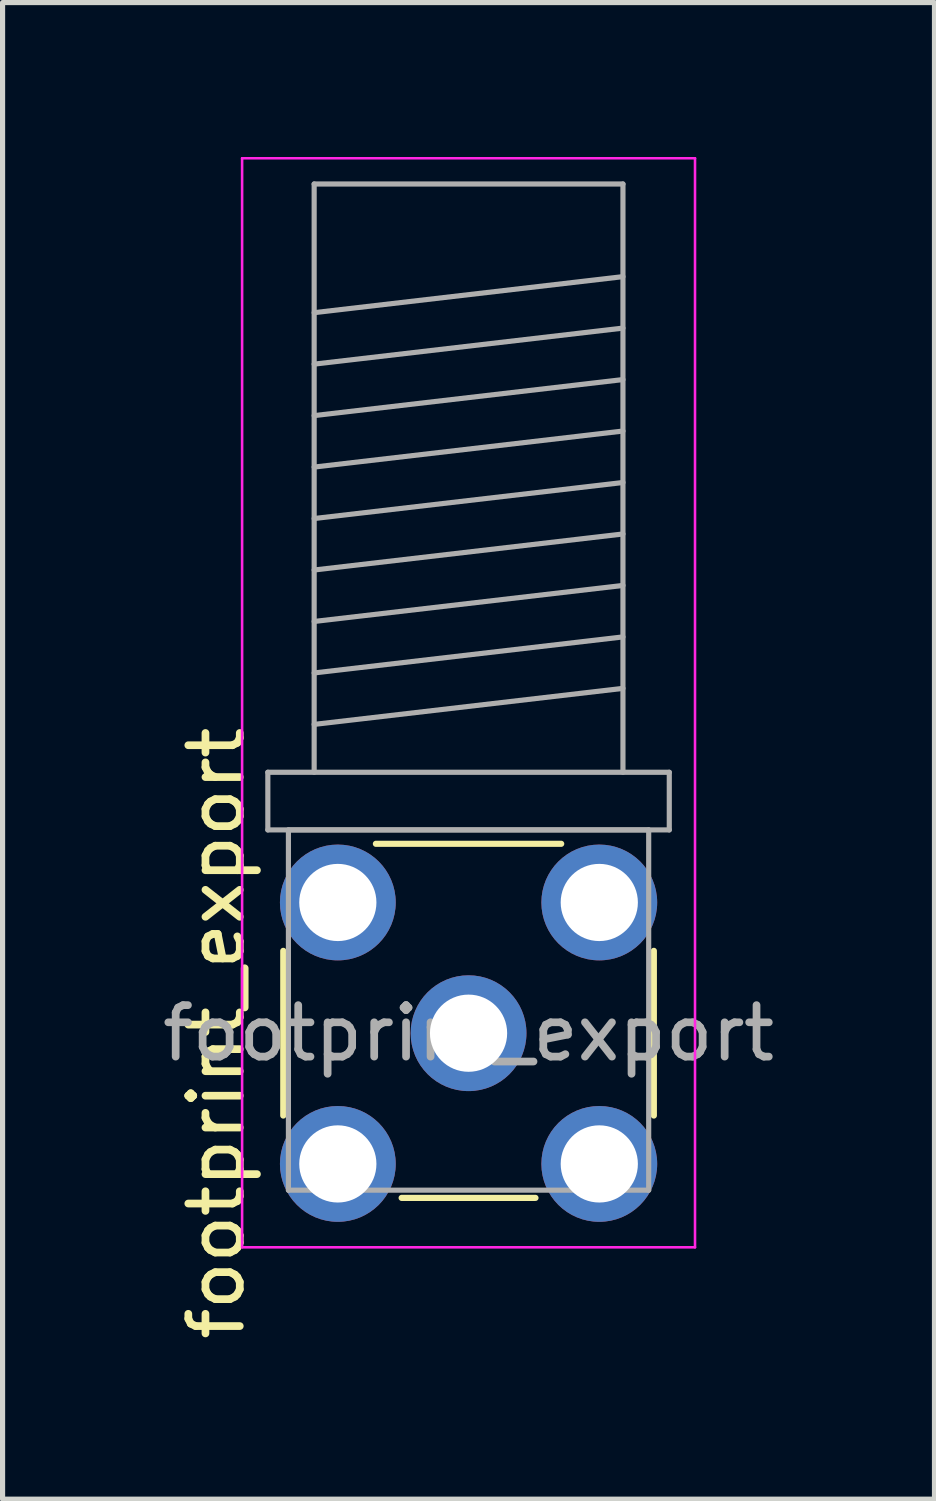
<source format=kicad_pcb>
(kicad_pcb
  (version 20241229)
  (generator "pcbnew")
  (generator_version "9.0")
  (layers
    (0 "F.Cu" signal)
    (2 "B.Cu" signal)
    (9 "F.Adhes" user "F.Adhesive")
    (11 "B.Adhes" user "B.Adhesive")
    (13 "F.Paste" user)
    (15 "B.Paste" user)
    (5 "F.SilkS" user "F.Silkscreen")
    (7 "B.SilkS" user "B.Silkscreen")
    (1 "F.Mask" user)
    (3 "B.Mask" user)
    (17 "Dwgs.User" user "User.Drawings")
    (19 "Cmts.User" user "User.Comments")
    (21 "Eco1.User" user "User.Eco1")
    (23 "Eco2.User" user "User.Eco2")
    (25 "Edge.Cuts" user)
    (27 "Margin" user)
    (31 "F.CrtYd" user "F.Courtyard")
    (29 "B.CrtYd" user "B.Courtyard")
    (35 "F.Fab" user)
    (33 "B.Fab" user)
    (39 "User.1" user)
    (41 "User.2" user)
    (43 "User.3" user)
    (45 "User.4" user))
  (footprint "footprint_export"
    (layer "F.Cu")
    (at 6.054 17.025)
    (property "Reference" "footprint_export" (at -4.9 0 90) (layer "F.SilkS") (effects (font (size 1 1) (thickness 0.15))))
    (attr through_hole)
    (fp_line (start -3.6 -1.6) (end -3.6 1.6) (stroke (width 0.12) (type solid)) (layer "F.SilkS"))
    (fp_line (start -1.8 -3.68) (end 1.8 -3.68) (stroke (width 0.12) (type solid)) (layer "F.SilkS"))
    (fp_line (start -1.3 3.2) (end 1.3 3.2) (stroke (width 0.12) (type solid)) (layer "F.SilkS"))
    (fp_line (start 3.6 -1.6) (end 3.6 1.6) (stroke (width 0.12) (type solid)) (layer "F.SilkS"))
    (fp_line (start -4.4 -17) (end -4.4 4.16) (stroke (width 0.05) (type solid)) (layer "F.CrtYd"))
    (fp_line (start -4.4 -17) (end 4.4 -17) (stroke (width 0.05) (type solid)) (layer "F.CrtYd"))
    (fp_line (start 4.4 4.16) (end -4.4 4.16) (stroke (width 0.05) (type solid)) (layer "F.CrtYd"))
    (fp_line (start 4.4 4.16) (end 4.4 -17) (stroke (width 0.05) (type solid)) (layer "F.CrtYd"))
    (fp_line (start -3.9 -5.07) (end -3.9 -3.95) (stroke (width 0.1) (type solid)) (layer "F.Fab"))
    (fp_line (start -3.9 -3.95) (end 3.9 -3.95) (stroke (width 0.1) (type solid)) (layer "F.Fab"))
    (fp_line (start -3.5 -3.95) (end -3.5 3.05) (stroke (width 0.1) (type solid)) (layer "F.Fab"))
    (fp_line (start -3.5 -3.95) (end 3.5 -3.95) (stroke (width 0.1) (type solid)) (layer "F.Fab"))
    (fp_line (start -3.5 3.05) (end 3.5 3.05) (stroke (width 0.1) (type solid)) (layer "F.Fab"))
    (fp_line (start -3 -16.5) (end -3 -5.07) (stroke (width 0.1) (type solid)) (layer "F.Fab"))
    (fp_line (start -3 -16.5) (end 3 -16.5) (stroke (width 0.1) (type solid)) (layer "F.Fab"))
    (fp_line (start -3 -14) (end 3 -14.7) (stroke (width 0.1) (type solid)) (layer "F.Fab"))
    (fp_line (start -3 -13) (end 3 -13.7) (stroke (width 0.1) (type solid)) (layer "F.Fab"))
    (fp_line (start -3 -12) (end 3 -12.7) (stroke (width 0.1) (type solid)) (layer "F.Fab"))
    (fp_line (start -3 -11) (end 3 -11.7) (stroke (width 0.1) (type solid)) (layer "F.Fab"))
    (fp_line (start -3 -10) (end 3 -10.7) (stroke (width 0.1) (type solid)) (layer "F.Fab"))
    (fp_line (start -3 -9) (end 3 -9.7) (stroke (width 0.1) (type solid)) (layer "F.Fab"))
    (fp_line (start -3 -8) (end 3 -8.7) (stroke (width 0.1) (type solid)) (layer "F.Fab"))
    (fp_line (start -3 -7) (end 3 -7.7) (stroke (width 0.1) (type solid)) (layer "F.Fab"))
    (fp_line (start -3 -6) (end 3 -6.7) (stroke (width 0.1) (type solid)) (layer "F.Fab"))
    (fp_line (start 3 -16.5) (end 3 -5.07) (stroke (width 0.1) (type solid)) (layer "F.Fab"))
    (fp_line (start 3.5 -3.95) (end 3.5 3.05) (stroke (width 0.1) (type solid)) (layer "F.Fab"))
    (fp_line (start 3.9 -5.07) (end -3.9 -5.07) (stroke (width 0.1) (type solid)) (layer "F.Fab"))
    (fp_line (start 3.9 -3.95) (end 3.9 -5.07) (stroke (width 0.1) (type solid)) (layer "F.Fab"))
    (fp_text user "${REFERENCE}" (at 0 0 0) (layer "F.Fab") (effects (font (size 1 1) (thickness 0.15))))
    (pad "1" thru_hole circle (at 0 0) (size 2.25 2.25) (drill 1.5) (layers "*.Cu" "*.Mask"))
    (pad "2" thru_hole circle (at -2.54 -2.54) (size 2.25 2.25) (drill 1.5) (layers "*.Cu" "*.Mask"))
    (pad "2" thru_hole circle (at -2.54 2.54) (size 2.25 2.25) (drill 1.5) (layers "*.Cu" "*.Mask"))
    (pad "2" thru_hole circle (at 2.54 -2.54) (size 2.25 2.25) (drill 1.5) (layers "*.Cu" "*.Mask"))
    (pad "2" thru_hole circle (at 2.54 2.54 90) (size 2.25 2.25) (drill 1.5) (layers "*.Cu" "*.Mask")))
  (gr_rect
    (start -3 -3)
    (end 15.107 26.079)
    (stroke (width 0.1) (type default))
    (fill no)
    (layer "Edge.Cuts")))
</source>
